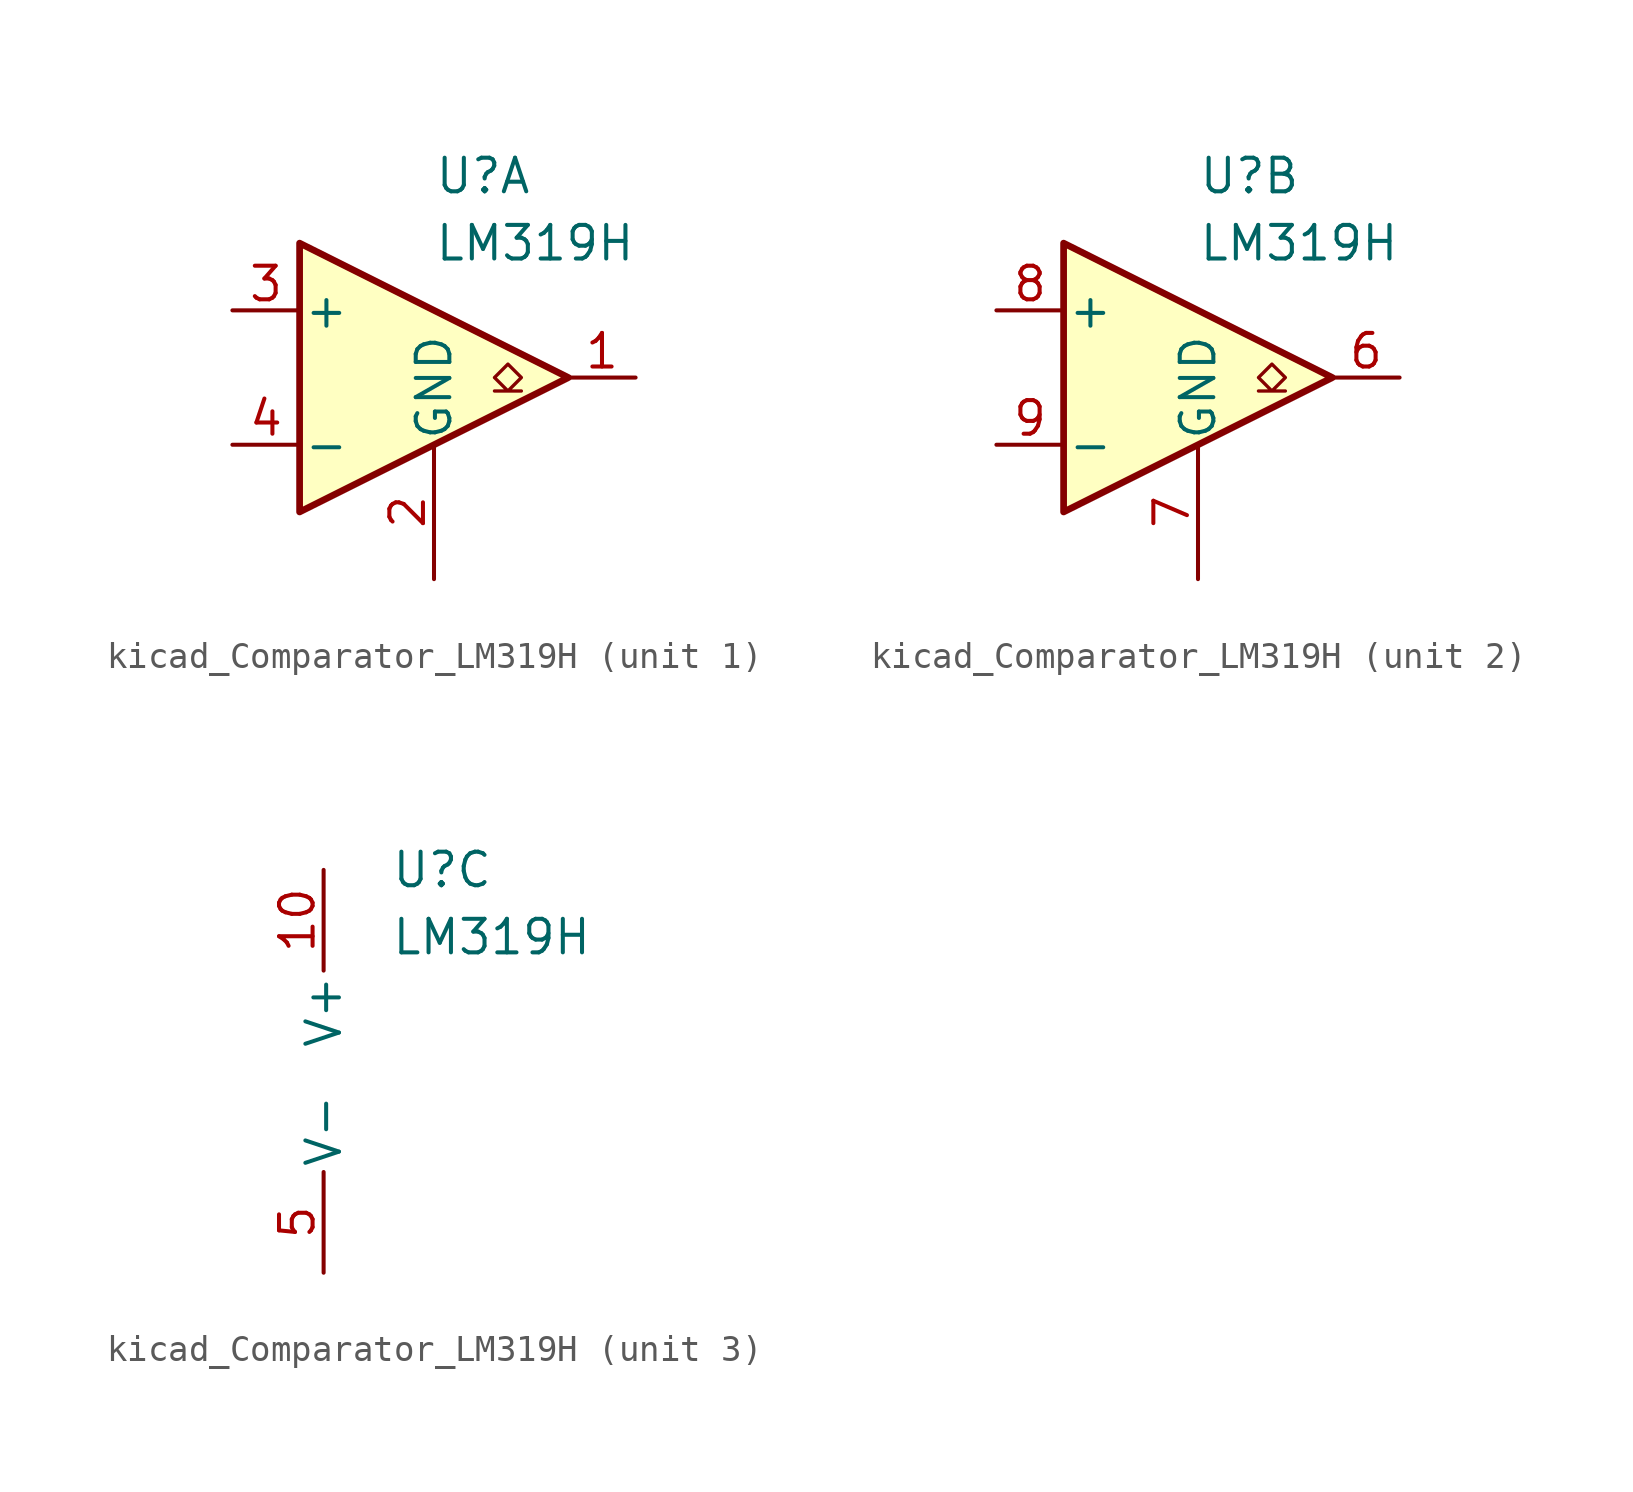
<source format=kicad_sym>
(kicad_symbol_lib
  (version 20220914)
  (generator kicad_symbol_editor)
  (symbol "kicad_Comparator_LM319H"
    (pin_names
      (offset 0.127))
    (property "Reference" "U"
      (at 0 7.62 0)
      (effects (font (size 1.27 1.27)) (justify left)))
    (property "Value" "LM319H"
      (at 0 5.08 0)
      (effects (font (size 1.27 1.27)) (justify left)))
    (property "ki_locked" ""
      (at 0 0 0)
      (effects (font (size 1.27 1.27))))
    (symbol "kicad_Comparator_LM319H_1_1"
      (polyline (pts (xy 5.08 0) (xy -5.08 5.08) (xy -5.08 -5.08) (xy 5.08 0)) (stroke (width 0.254) (type default)) (fill (type background)))
      (polyline (pts (xy 3.302 -0.508) (xy 2.794 -0.508) (xy 3.302 0) (xy 2.794 0.508) (xy 2.286 0) (xy 2.794 -0.508) (xy 2.286 -0.508)) (stroke (width 0.127) (type default)) (fill (type none)))
      (pin open_collector line (at 7.62 0 180) (length 2.54) (name "~" (effects (font (size 1.27 1.27)))) (number "1" (effects (font (size 1.27 1.27)))))
      (pin passive line (at 0 -7.62 90) (length 5.08) (name "GND" (effects (font (size 1.27 1.27)))) (number "2" (effects (font (size 1.27 1.27)))))
      (pin input line (at -7.62 2.54 0) (length 2.54) (name "+" (effects (font (size 1.27 1.27)))) (number "3" (effects (font (size 1.27 1.27)))))
      (pin input line (at -7.62 -2.54 0) (length 2.54) (name "-" (effects (font (size 1.27 1.27)))) (number "4" (effects (font (size 1.27 1.27))))))
    (symbol "kicad_Comparator_LM319H_2_1"
      (polyline (pts (xy 5.08 0) (xy -5.08 5.08) (xy -5.08 -5.08) (xy 5.08 0)) (stroke (width 0.254) (type default)) (fill (type background)))
      (polyline (pts (xy 3.302 -0.508) (xy 2.794 -0.508) (xy 3.302 0) (xy 2.794 0.508) (xy 2.286 0) (xy 2.794 -0.508) (xy 2.286 -0.508)) (stroke (width 0.127) (type default)) (fill (type none)))
      (pin open_collector line (at 7.62 0 180) (length 2.54) (name "~" (effects (font (size 1.27 1.27)))) (number "6" (effects (font (size 1.27 1.27)))))
      (pin passive line (at 0 -7.62 90) (length 5.08) (name "GND" (effects (font (size 1.27 1.27)))) (number "7" (effects (font (size 1.27 1.27)))))
      (pin input line (at -7.62 2.54 0) (length 2.54) (name "+" (effects (font (size 1.27 1.27)))) (number "8" (effects (font (size 1.27 1.27)))))
      (pin input line (at -7.62 -2.54 0) (length 2.54) (name "-" (effects (font (size 1.27 1.27)))) (number "9" (effects (font (size 1.27 1.27))))))
    (symbol "kicad_Comparator_LM319H_3_1"
      (pin power_in line (at -2.54 7.62 270) (length 3.81) (name "V+" (effects (font (size 1.27 1.27)))) (number "10" (effects (font (size 1.27 1.27)))))
      (pin power_in line (at -2.54 -7.62 90) (length 3.81) (name "V-" (effects (font (size 1.27 1.27)))) (number "5" (effects (font (size 1.27 1.27))))))))
</source>
